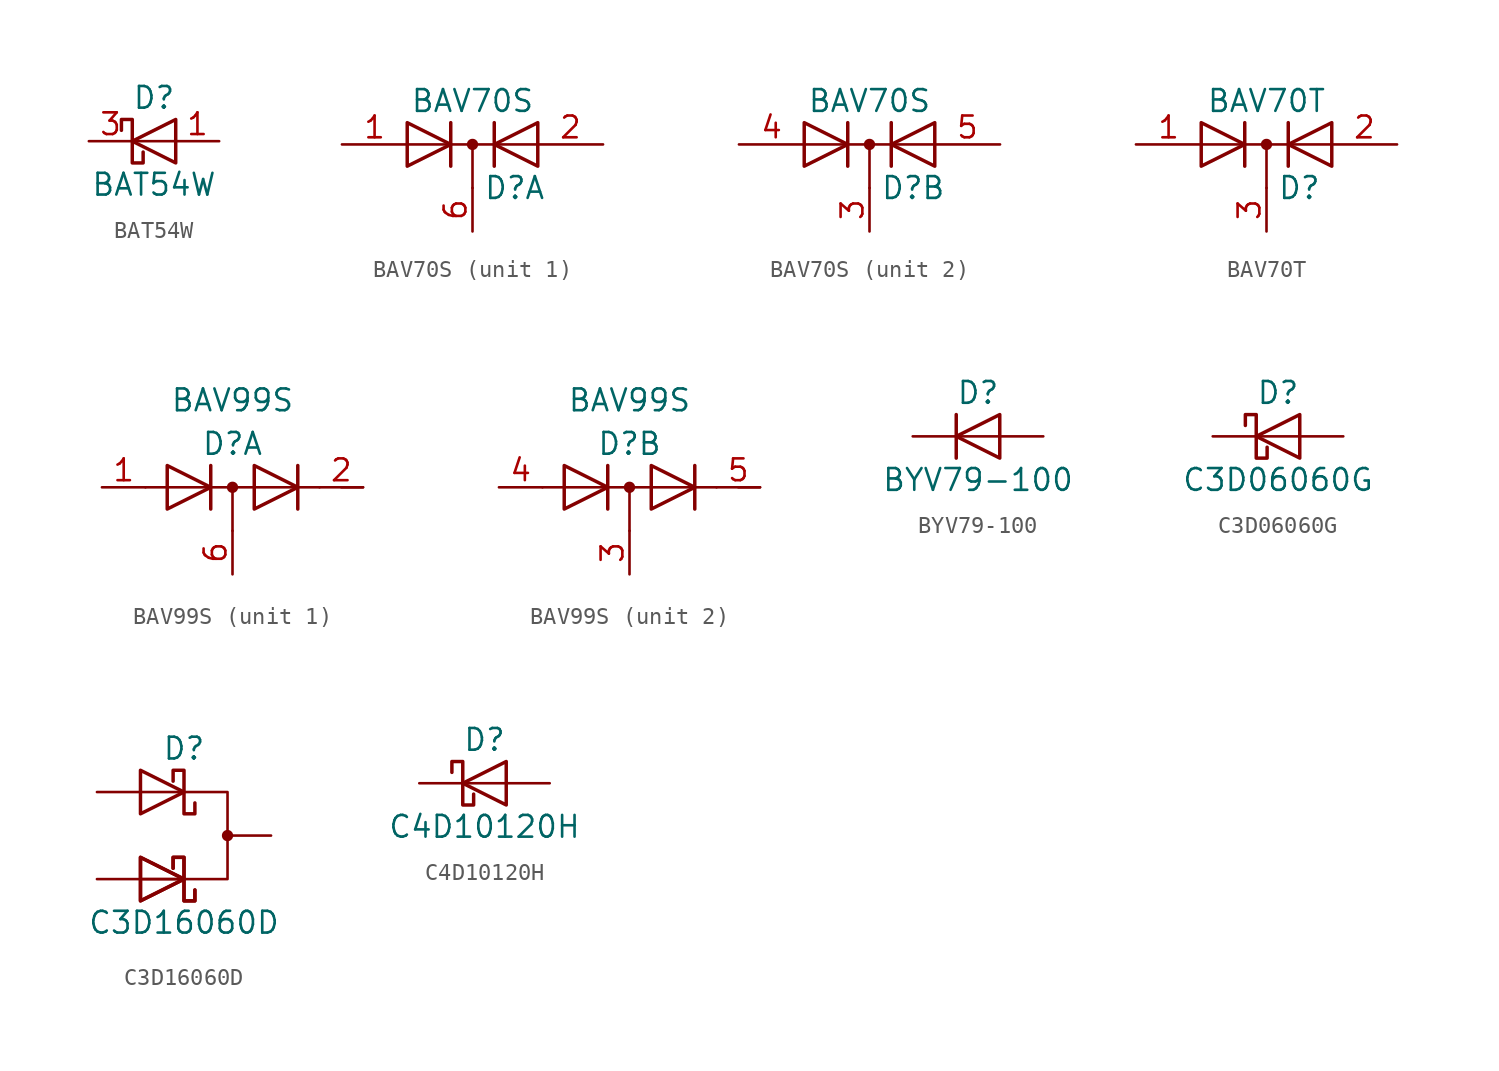
<source format=kicad_sym>
(kicad_symbol_lib
  (version 20211014)
  (generator kicad_symbol_editor)
  (symbol "BAT54W"
    (pin_names
      (offset 1.016) hide)
    (property "Reference" "D"
      (at 0 2.54 0)
      (effects (font (size 1.27 1.27))))
    (property "Value" "BAT54W"
      (at 0 -2.54 0)
      (effects (font (size 1.27 1.27))))
    (symbol "BAT54W_0_1"
      (polyline (pts (xy 1.27 0) (xy -1.27 0)) (stroke (width 0) (type default) (color 0 0 0 0)) (fill (type none)))
      (polyline (pts (xy 1.27 1.27) (xy 1.27 -1.27) (xy -1.27 0) (xy 1.27 1.27)) (stroke (width 0.203) (type default) (color 0 0 0 0)) (fill (type none)))
      (polyline (pts (xy -1.905 0.635) (xy -1.905 1.27) (xy -1.27 1.27) (xy -1.27 -1.27) (xy -0.635 -1.27) (xy -0.635 -0.635)) (stroke (width 0.203) (type default) (color 0 0 0 0)) (fill (type none))))
    (symbol "BAT54W_1_1"
      (pin passive line (at 3.81 0 180) (length 2.54) (name "A" (effects (font (size 1.27 1.27)))) (number "1" (effects (font (size 1.27 1.27)))))
      (pin no_connect line (at 0 0 90) (length 2.54) hide (name "NC" (effects (font (size 1.27 1.27)))) (number "2" (effects (font (size 1.27 1.27)))))
      (pin passive line (at -3.81 0 0) (length 2.54) (name "K" (effects (font (size 1.27 1.27)))) (number "3" (effects (font (size 1.27 1.27)))))))
  (symbol "BAV70S"
    (pin_names
      (offset 0.762) hide)
    (property "Reference" "D"
      (at 0.635 -2.54 0)
      (effects (font (size 1.27 1.27)) (justify left)))
    (property "Value" "BAV70S"
      (at 0 2.54 0)
      (effects (font (size 1.27 1.27))))
    (symbol "BAV70S_0_1"
      (polyline (pts (xy -3.81 0) (xy 3.81 0)) (stroke (width 0) (type default) (color 0 0 0 0)) (fill (type none)))
      (polyline (pts (xy 0 0) (xy 0 -2.54)) (stroke (width 0) (type default) (color 0 0 0 0)) (fill (type none)))
      (polyline (pts (xy -1.27 -1.27) (xy -1.27 1.27) (xy -1.27 1.27)) (stroke (width 0.203) (type default) (color 0 0 0 0)) (fill (type none)))
      (polyline (pts (xy 1.27 -1.27) (xy 1.27 1.27) (xy 1.27 1.27)) (stroke (width 0.203) (type default) (color 0 0 0 0)) (fill (type none)))
      (polyline (pts (xy -3.81 1.27) (xy -1.27 0) (xy -3.81 -1.27) (xy -3.81 1.27) (xy -3.81 1.27) (xy -3.81 1.27)) (stroke (width 0.203) (type default) (color 0 0 0 0)) (fill (type none)))
      (polyline (pts (xy 3.81 -1.27) (xy 1.27 0) (xy 3.81 1.27) (xy 3.81 -1.27) (xy 3.81 -1.27) (xy 3.81 -1.27)) (stroke (width 0.203) (type default) (color 0 0 0 0)) (fill (type none)))
      (circle (center 0 0) (radius 0.254) (stroke (width 0) (type default) (color 0 0 0 0)) (fill (type outline))))
    (symbol "BAV70S_1_1"
      (pin passive line (at -7.62 0 0) (length 3.81) (name "A" (effects (font (size 1.27 1.27)))) (number "1" (effects (font (size 1.27 1.27)))))
      (pin passive line (at 7.62 0 180) (length 3.81) (name "A" (effects (font (size 1.27 1.27)))) (number "2" (effects (font (size 1.27 1.27)))))
      (pin passive line (at 0 -5.08 90) (length 2.54) (name "K" (effects (font (size 1.27 1.27)))) (number "6" (effects (font (size 1.27 1.27))))))
    (symbol "BAV70S_2_1"
      (pin passive line (at 0 -5.08 90) (length 2.54) (name "K" (effects (font (size 1.27 1.27)))) (number "3" (effects (font (size 1.27 1.27)))))
      (pin passive line (at -7.62 0 0) (length 3.81) (name "A" (effects (font (size 1.27 1.27)))) (number "4" (effects (font (size 1.27 1.27)))))
      (pin passive line (at 7.62 0 180) (length 3.81) (name "A" (effects (font (size 1.27 1.27)))) (number "5" (effects (font (size 1.27 1.27)))))))
  (symbol "BAV70T"
    (pin_names
      (offset 0.762) hide)
    (property "Reference" "D"
      (at 0.635 -2.54 0)
      (effects (font (size 1.27 1.27)) (justify left)))
    (property "Value" "BAV70T"
      (at 0 2.54 0)
      (effects (font (size 1.27 1.27))))
    (symbol "BAV70T_0_1"
      (polyline (pts (xy -3.81 0) (xy 3.81 0)) (stroke (width 0) (type default) (color 0 0 0 0)) (fill (type none)))
      (polyline (pts (xy 0 0) (xy 0 -2.54)) (stroke (width 0) (type default) (color 0 0 0 0)) (fill (type none)))
      (polyline (pts (xy -1.27 -1.27) (xy -1.27 1.27) (xy -1.27 1.27)) (stroke (width 0.203) (type default) (color 0 0 0 0)) (fill (type none)))
      (polyline (pts (xy 1.27 -1.27) (xy 1.27 1.27) (xy 1.27 1.27)) (stroke (width 0.203) (type default) (color 0 0 0 0)) (fill (type none)))
      (polyline (pts (xy -3.81 1.27) (xy -1.27 0) (xy -3.81 -1.27) (xy -3.81 1.27) (xy -3.81 1.27) (xy -3.81 1.27)) (stroke (width 0.203) (type default) (color 0 0 0 0)) (fill (type none)))
      (polyline (pts (xy 3.81 -1.27) (xy 1.27 0) (xy 3.81 1.27) (xy 3.81 -1.27) (xy 3.81 -1.27) (xy 3.81 -1.27)) (stroke (width 0.203) (type default) (color 0 0 0 0)) (fill (type none)))
      (circle (center 0 0) (radius 0.254) (stroke (width 0) (type default) (color 0 0 0 0)) (fill (type outline)))
      (pin passive line (at -7.62 0 0) (length 3.81) (name "A" (effects (font (size 1.27 1.27)))) (number "1" (effects (font (size 1.27 1.27)))))
      (pin passive line (at 7.62 0 180) (length 3.81) (name "A" (effects (font (size 1.27 1.27)))) (number "2" (effects (font (size 1.27 1.27)))))
      (pin passive line (at 0 -5.08 90) (length 2.54) (name "K" (effects (font (size 1.27 1.27)))) (number "3" (effects (font (size 1.27 1.27)))))))
  (symbol "BAV99S"
    (pin_names
      (offset 0.025) hide)
    (property "Reference" "D"
      (at 0 2.54 0)
      (effects (font (size 1.27 1.27))))
    (property "Value" "BAV99S"
      (at 0 5.08 0)
      (effects (font (size 1.27 1.27))))
    (property "ki_locked" ""
      (at 0 0 0)
      (effects (font (size 1.27 1.27))))
    (symbol "BAV99S_0_1"
      (polyline (pts (xy -5.08 0) (xy 5.08 0)) (stroke (width 0) (type default) (color 0 0 0 0)) (fill (type none)))
      (polyline (pts (xy 0 0) (xy 0 -2.54)) (stroke (width 0) (type default) (color 0 0 0 0)) (fill (type none)))
      (polyline (pts (xy -1.27 -1.27) (xy -1.27 1.27) (xy -1.27 1.27)) (stroke (width 0.203) (type default) (color 0 0 0 0)) (fill (type none)))
      (polyline (pts (xy 3.81 1.27) (xy 3.81 -1.27) (xy 3.81 -1.27)) (stroke (width 0.203) (type default) (color 0 0 0 0)) (fill (type none)))
      (polyline (pts (xy -3.81 1.27) (xy -1.27 0) (xy -3.81 -1.27) (xy -3.81 1.27) (xy -3.81 1.27) (xy -3.81 1.27)) (stroke (width 0.203) (type default) (color 0 0 0 0)) (fill (type none)))
      (polyline (pts (xy 1.27 1.27) (xy 3.81 0) (xy 1.27 -1.27) (xy 1.27 1.27) (xy 1.27 1.27) (xy 1.27 1.27)) (stroke (width 0.203) (type default) (color 0 0 0 0)) (fill (type none)))
      (circle (center 0 0) (radius 0.254) (stroke (width 0) (type default) (color 0 0 0 0)) (fill (type outline))))
    (symbol "BAV99S_1_1"
      (polyline (pts (xy 6.35 0) (xy 7.62 0)) (stroke (width 0) (type default) (color 0 0 0 0)) (fill (type none)))
      (pin passive line (at -7.62 0 0) (length 2.54) (name "A1" (effects (font (size 1.27 1.27)))) (number "1" (effects (font (size 1.27 1.27)))))
      (pin passive line (at 7.62 0 180) (length 2.54) (name "K2" (effects (font (size 1.27 1.27)))) (number "2" (effects (font (size 1.27 1.27)))))
      (pin passive line (at 0 -5.08 90) (length 2.54) (name "K3A4" (effects (font (size 1.27 1.27)))) (number "6" (effects (font (size 1.27 1.27))))))
    (symbol "BAV99S_2_1"
      (polyline (pts (xy 6.35 0) (xy 7.62 0)) (stroke (width 0) (type default) (color 0 0 0 0)) (fill (type none)))
      (pin passive line (at 0 -5.08 90) (length 2.54) (name "K1A2" (effects (font (size 1.27 1.27)))) (number "3" (effects (font (size 1.27 1.27)))))
      (pin passive line (at -7.62 0 0) (length 2.54) (name "A3" (effects (font (size 1.27 1.27)))) (number "4" (effects (font (size 1.27 1.27)))))
      (pin passive line (at 7.62 0 180) (length 2.54) (name "K4" (effects (font (size 1.27 1.27)))) (number "5" (effects (font (size 1.27 1.27)))))))
  (symbol "BYV79-100"
    (pin_numbers hide)
    (pin_names
      (offset 1.016) hide)
    (property "Reference" "D"
      (at 0 2.54 0)
      (effects (font (size 1.27 1.27))))
    (property "Value" "BYV79-100"
      (at 0 -2.54 0)
      (effects (font (size 1.27 1.27))))
    (symbol "BYV79-100_0_1"
      (polyline (pts (xy -1.27 1.27) (xy -1.27 -1.27)) (stroke (width 0.203) (type default) (color 0 0 0 0)) (fill (type none)))
      (polyline (pts (xy 1.27 0) (xy -1.27 0)) (stroke (width 0) (type default) (color 0 0 0 0)) (fill (type none)))
      (polyline (pts (xy 1.27 1.27) (xy 1.27 -1.27) (xy -1.27 0) (xy 1.27 1.27)) (stroke (width 0.203) (type default) (color 0 0 0 0)) (fill (type none))))
    (symbol "BYV79-100_1_1"
      (pin passive line (at -3.81 0 0) (length 2.54) (name "K" (effects (font (size 1.27 1.27)))) (number "1" (effects (font (size 1.27 1.27)))))
      (pin passive line (at 3.81 0 180) (length 2.54) (name "A" (effects (font (size 1.27 1.27)))) (number "2" (effects (font (size 1.27 1.27)))))))
  (symbol "C3D06060G"
    (pin_numbers hide)
    (pin_names
      (offset 1.016) hide)
    (property "Reference" "D"
      (at 0 2.54 0)
      (effects (font (size 1.27 1.27))))
    (property "Value" "C3D06060G"
      (at 0 -2.54 0)
      (effects (font (size 1.27 1.27))))
    (symbol "C3D06060G_0_1"
      (polyline (pts (xy 1.27 0) (xy -1.27 0)) (stroke (width 0) (type default) (color 0 0 0 0)) (fill (type none)))
      (polyline (pts (xy 1.27 1.27) (xy 1.27 -1.27) (xy -1.27 0) (xy 1.27 1.27)) (stroke (width 0.203) (type default) (color 0 0 0 0)) (fill (type none)))
      (polyline (pts (xy -1.905 0.635) (xy -1.905 1.27) (xy -1.27 1.27) (xy -1.27 -1.27) (xy -0.635 -1.27) (xy -0.635 -0.635)) (stroke (width 0.203) (type default) (color 0 0 0 0)) (fill (type none))))
    (symbol "C3D06060G_1_1"
      (pin passive line (at -3.81 0 0) (length 2.54) (name "K" (effects (font (size 1.27 1.27)))) (number "1" (effects (font (size 1.27 1.27)))))
      (pin passive line (at 3.81 0 180) (length 2.54) (name "A" (effects (font (size 1.27 1.27)))) (number "2" (effects (font (size 1.27 1.27)))))))
  (symbol "C3D16060D"
    (pin_numbers hide)
    (pin_names
      (offset 1.016) hide)
    (property "Reference" "D"
      (at 0 5.08 0)
      (effects (font (size 1.27 1.27))))
    (property "Value" "C3D16060D"
      (at 0 -5.08 0)
      (effects (font (size 1.27 1.27))))
    (symbol "C3D16060D_0_1"
      (polyline (pts (xy -2.54 -2.54) (xy 0 -2.54)) (stroke (width 0) (type default) (color 0 0 0 0)) (fill (type none)))
      (polyline (pts (xy -2.54 -2.54) (xy 0 -2.54)) (stroke (width 0) (type default) (color 0 0 0 0)) (fill (type none)))
      (polyline (pts (xy -2.54 2.54) (xy 0 2.54)) (stroke (width 0) (type default) (color 0 0 0 0)) (fill (type none)))
      (polyline (pts (xy -2.54 -3.81) (xy -2.54 -1.27) (xy 0 -2.54) (xy -2.54 -3.81)) (stroke (width 0.203) (type default) (color 0 0 0 0)) (fill (type none)))
      (polyline (pts (xy -2.54 -3.81) (xy -2.54 -1.27) (xy 0 -2.54) (xy -2.54 -3.81)) (stroke (width 0.203) (type default) (color 0 0 0 0)) (fill (type none)))
      (polyline (pts (xy -2.54 1.27) (xy -2.54 3.81) (xy 0 2.54) (xy -2.54 1.27)) (stroke (width 0.203) (type default) (color 0 0 0 0)) (fill (type none)))
      (polyline (pts (xy 0 2.54) (xy 2.54 2.54) (xy 2.54 -2.54) (xy 0 -2.54)) (stroke (width 0) (type default) (color 0 0 0 0)) (fill (type none)))
      (polyline (pts (xy 0.635 -3.175) (xy 0.635 -3.81) (xy 0 -3.81) (xy 0 -1.27) (xy -0.635 -1.27) (xy -0.635 -1.905)) (stroke (width 0.203) (type default) (color 0 0 0 0)) (fill (type none)))
      (polyline (pts (xy 0.635 -3.175) (xy 0.635 -3.81) (xy 0 -3.81) (xy 0 -1.27) (xy -0.635 -1.27) (xy -0.635 -1.905)) (stroke (width 0.203) (type default) (color 0 0 0 0)) (fill (type none)))
      (polyline (pts (xy 0.635 1.905) (xy 0.635 1.27) (xy 0 1.27) (xy 0 3.81) (xy -0.635 3.81) (xy -0.635 3.175)) (stroke (width 0.203) (type default) (color 0 0 0 0)) (fill (type none)))
      (circle (center 2.54 0) (radius 0.254) (stroke (width 0) (type default) (color 0 0 0 0)) (fill (type outline))))
    (symbol "C3D16060D_1_1"
      (pin passive line (at -5.08 2.54 0) (length 2.54) (name "A1" (effects (font (size 1.27 1.27)))) (number "1" (effects (font (size 1.27 1.27)))))
      (pin passive line (at 5.08 0 180) (length 2.54) (name "K" (effects (font (size 1.27 1.27)))) (number "2" (effects (font (size 1.27 1.27)))))
      (pin passive line (at -5.08 -2.54 0) (length 2.54) (name "A2" (effects (font (size 1.27 1.27)))) (number "3" (effects (font (size 1.27 1.27)))))))
  (symbol "C4D10120H"
    (pin_numbers hide)
    (pin_names
      (offset 1.016) hide)
    (property "Reference" "D"
      (at 0 2.54 0)
      (effects (font (size 1.27 1.27))))
    (property "Value" "C4D10120H"
      (at 0 -2.54 0)
      (effects (font (size 1.27 1.27))))
    (symbol "C4D10120H_0_1"
      (polyline (pts (xy 1.27 0) (xy -1.27 0)) (stroke (width 0) (type default) (color 0 0 0 0)) (fill (type none)))
      (polyline (pts (xy 1.27 1.27) (xy 1.27 -1.27) (xy -1.27 0) (xy 1.27 1.27)) (stroke (width 0.203) (type default) (color 0 0 0 0)) (fill (type none)))
      (polyline (pts (xy -1.905 0.635) (xy -1.905 1.27) (xy -1.27 1.27) (xy -1.27 -1.27) (xy -0.635 -1.27) (xy -0.635 -0.635)) (stroke (width 0.203) (type default) (color 0 0 0 0)) (fill (type none))))
    (symbol "C4D10120H_1_1"
      (pin passive line (at -3.81 0 0) (length 2.54) (name "K" (effects (font (size 1.27 1.27)))) (number "1" (effects (font (size 1.27 1.27)))))
      (pin passive line (at 3.81 0 180) (length 2.54) (name "A" (effects (font (size 1.27 1.27)))) (number "2" (effects (font (size 1.27 1.27))))))))
</source>
